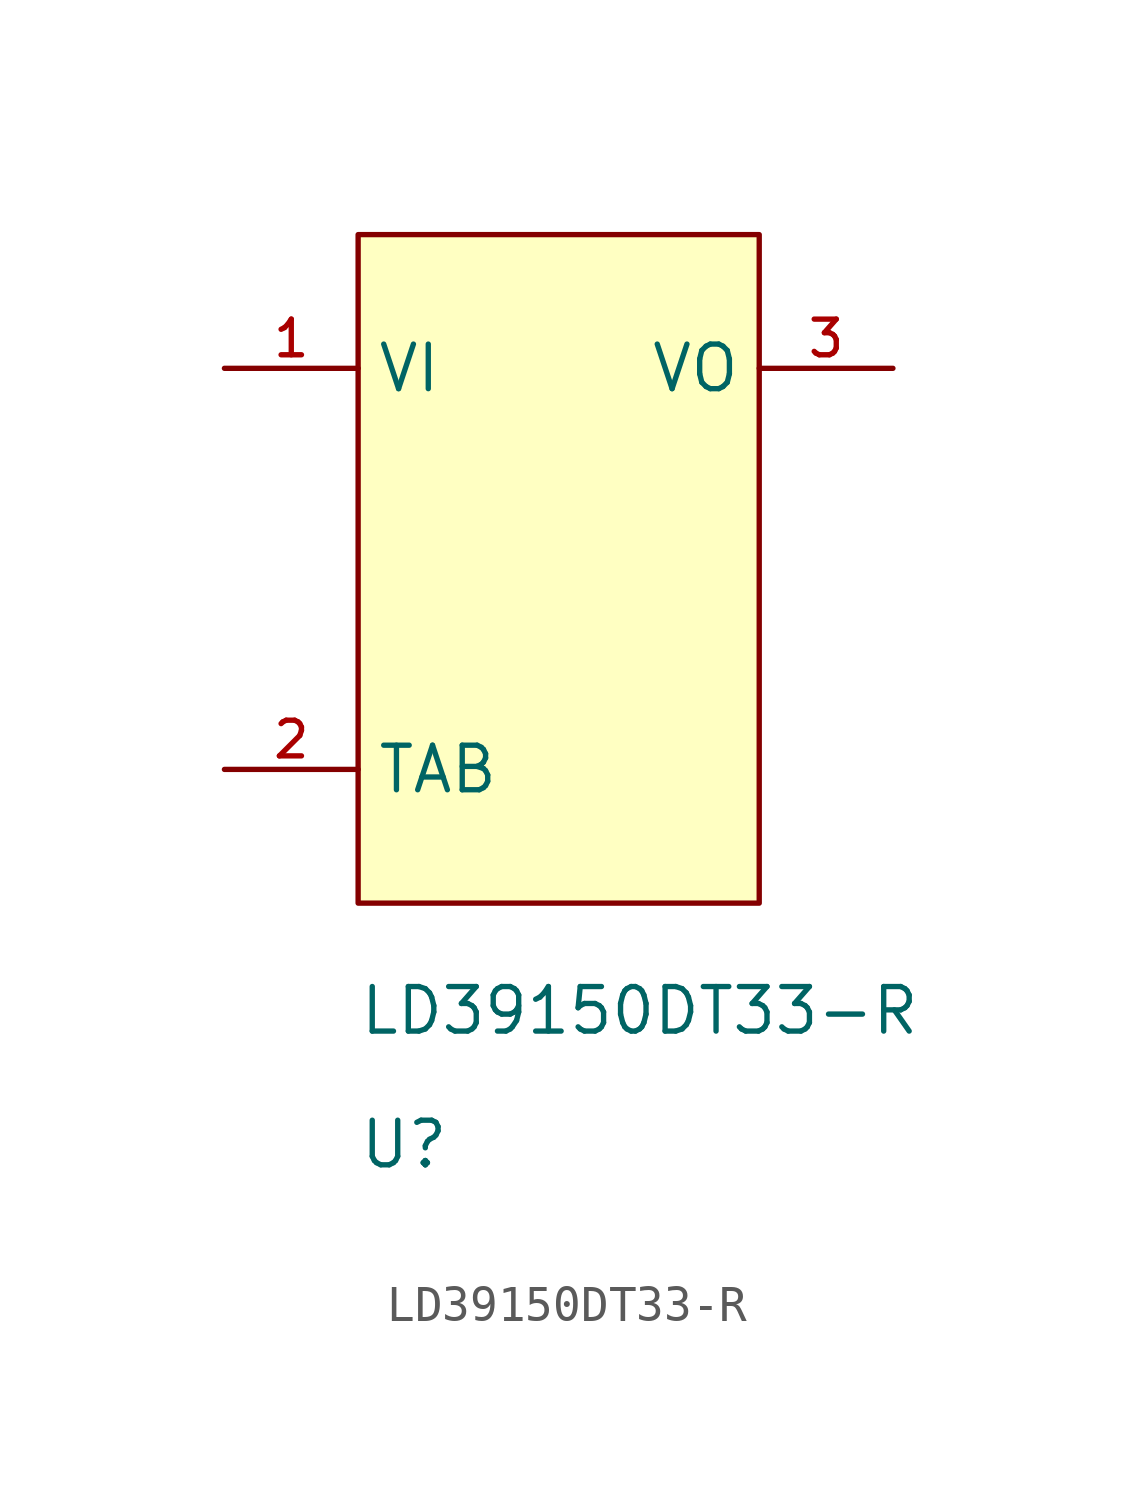
<source format=kicad_sym>
(kicad_symbol_lib
  (version 20241209)
  (generator "kicad_symbol_editor")
  (generator_version "9.0")
  (symbol "LD39150DT33-R"
    (property "Reference" "U"
      (at 0 -7.62 0)
      (effects (font (size 1.27 1.27)) (justify left bottom)))
    (property "Value" "LD39150DT33-R"
      (at 0 -3.81 0)
      (effects (font (size 1.27 1.27)) (justify left bottom)))
    (symbol "LD39150DT33-R_1_1"
      (rectangle (start 0 19.05) (end 11.43 0) (stroke (width 0) (type solid)) (fill (type background)))
      (pin passive line (at -3.81 15.24 0) (length 3.81) (name "VI" (effects (font (size 1.27 1.27)))) (number "1" (effects (font (size 1.016 1.016)))))
      (pin passive line (at -3.81 3.81 0) (length 3.81) (name "TAB" (effects (font (size 1.27 1.27)))) (number "2" (effects (font (size 1.016 1.016)))))
      (pin passive line (at 15.24 15.24 180) (length 3.81) (name "VO" (effects (font (size 1.27 1.27)))) (number "3" (effects (font (size 1.016 1.016))))))))
</source>
